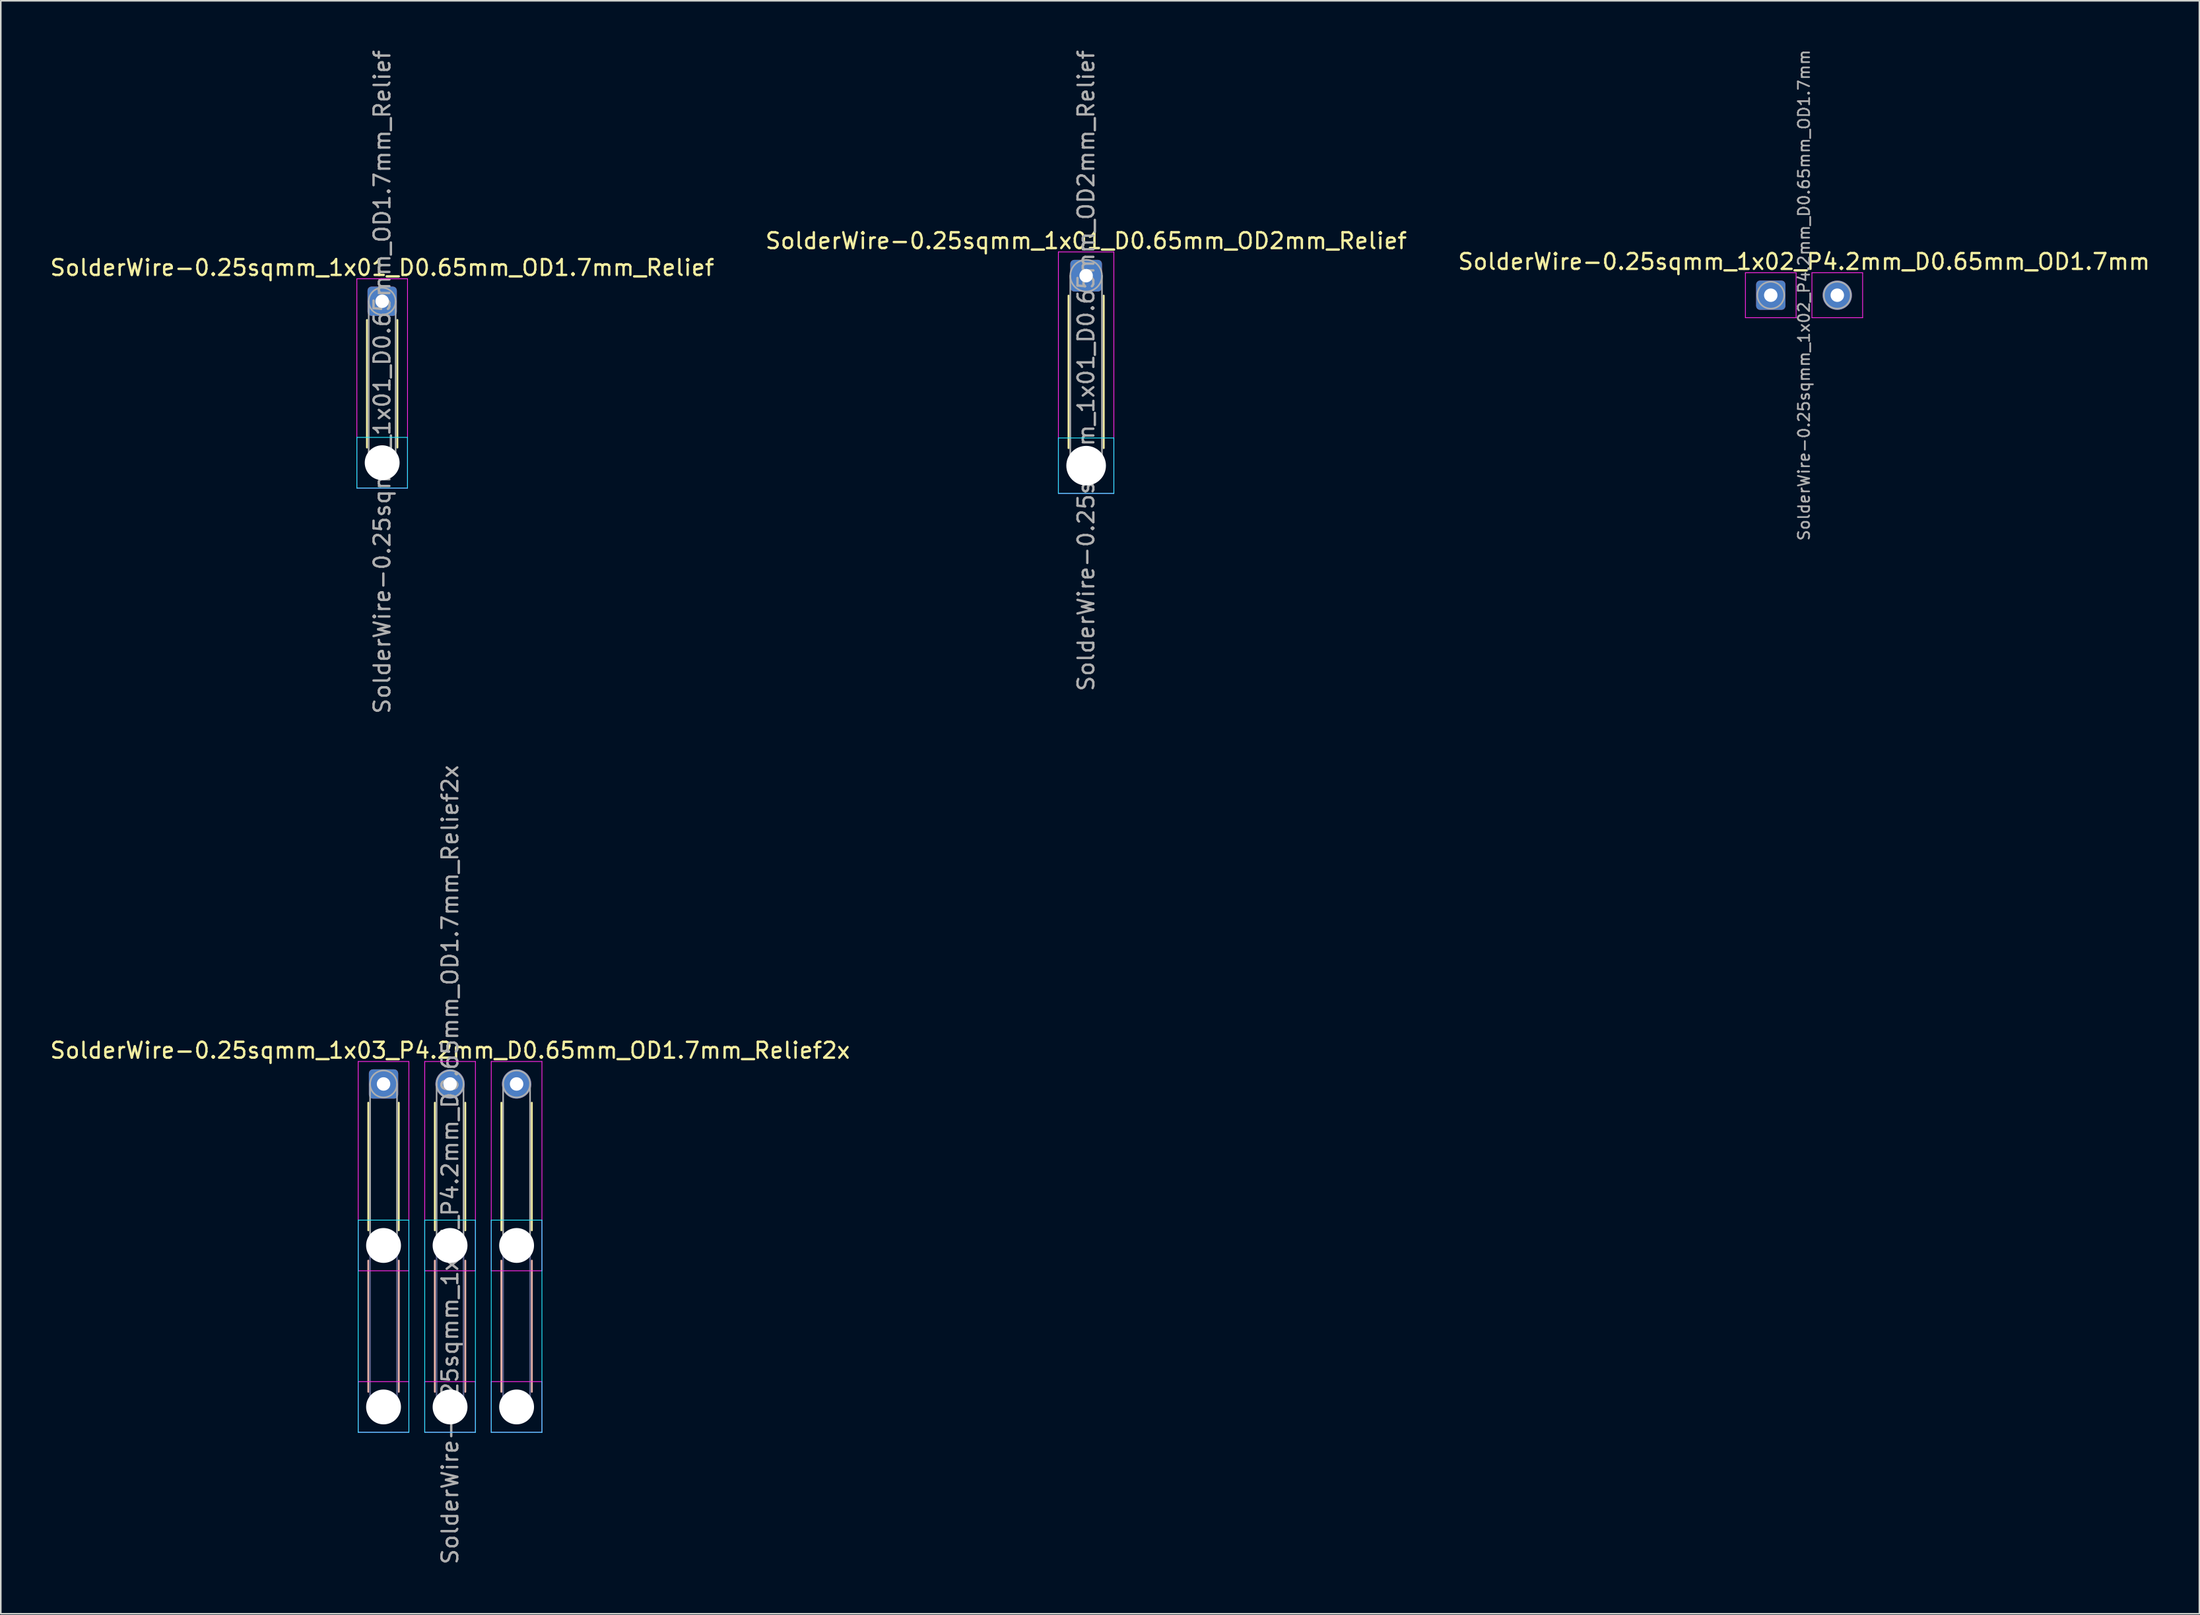
<source format=kicad_pcb>
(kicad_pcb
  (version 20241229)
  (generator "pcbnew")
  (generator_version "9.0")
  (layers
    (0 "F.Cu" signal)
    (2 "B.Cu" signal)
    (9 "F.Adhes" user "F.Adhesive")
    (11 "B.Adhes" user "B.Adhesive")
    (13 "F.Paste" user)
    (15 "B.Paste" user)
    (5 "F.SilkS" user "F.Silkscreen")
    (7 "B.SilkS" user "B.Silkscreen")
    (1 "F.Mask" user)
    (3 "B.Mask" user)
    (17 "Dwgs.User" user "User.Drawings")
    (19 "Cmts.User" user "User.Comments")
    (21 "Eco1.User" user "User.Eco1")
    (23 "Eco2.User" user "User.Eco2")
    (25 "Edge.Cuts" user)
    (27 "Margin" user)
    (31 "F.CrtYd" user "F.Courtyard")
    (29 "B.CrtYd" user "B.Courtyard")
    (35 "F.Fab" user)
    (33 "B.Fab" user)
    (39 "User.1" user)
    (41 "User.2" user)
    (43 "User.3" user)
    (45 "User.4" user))
  (footprint "SolderWire-0.25sqmm_1x02_P4.2mm_D0.65mm_OD1.7mm"
    (layer "F.Cu")
    (at 108.739 15.596)
    (property "Reference" "SolderWire-0.25sqmm_1x02_P4.2mm_D0.65mm_OD1.7mm" (at 2.1 -2.12 0) (layer "F.SilkS") (effects (font (size 1 1) (thickness 0.15))))
    (attr exclude_from_pos_files exclude_from_bom)
    (fp_line (start -1.6 -1.42) (end -1.6 1.42) (stroke (width 0.05) (type solid)) (layer "F.CrtYd"))
    (fp_line (start -1.6 1.42) (end 1.6 1.42) (stroke (width 0.05) (type solid)) (layer "F.CrtYd"))
    (fp_line (start 1.6 -1.42) (end -1.6 -1.42) (stroke (width 0.05) (type solid)) (layer "F.CrtYd"))
    (fp_line (start 1.6 1.42) (end 1.6 -1.42) (stroke (width 0.05) (type solid)) (layer "F.CrtYd"))
    (fp_line (start 2.6 -1.42) (end 2.6 1.42) (stroke (width 0.05) (type solid)) (layer "F.CrtYd"))
    (fp_line (start 2.6 1.42) (end 5.8 1.42) (stroke (width 0.05) (type solid)) (layer "F.CrtYd"))
    (fp_line (start 5.8 -1.42) (end 2.6 -1.42) (stroke (width 0.05) (type solid)) (layer "F.CrtYd"))
    (fp_line (start 5.8 1.42) (end 5.8 -1.42) (stroke (width 0.05) (type solid)) (layer "F.CrtYd"))
    (fp_circle (center 0 0) (end 0.85 0) (stroke (width 0.1) (type solid)) (fill no) (layer "F.Fab"))
    (fp_circle (center 4.2 0) (end 5.05 0) (stroke (width 0.1) (type solid)) (fill no) (layer "F.Fab"))
    (fp_text user "${REFERENCE}" (at 2.1 0 90) (layer "F.Fab") (effects (font (size 0.71 0.71) (thickness 0.11))))
    (pad "1" thru_hole roundrect (at 0 0) (size 1.85 1.85) (drill 0.85) (layers "*.Cu" "*.Mask") (roundrect_rratio 0.135))
    (pad "2" thru_hole circle (at 4.2 0) (size 1.85 1.85) (drill 0.85) (layers "*.Cu" "*.Mask")))
  (footprint "SolderWire-0.25sqmm_1x01_D0.65mm_OD2mm_Relief"
    (layer "F.Cu")
    (at 65.518 14.363)
    (property "Reference" "SolderWire-0.25sqmm_1x01_D0.65mm_OD2mm_Relief" (at 0 -2.2 0) (layer "F.SilkS") (effects (font (size 1 1) (thickness 0.15))))
    (attr exclude_from_pos_files exclude_from_bom)
    (fp_line (start -1.11 1.26) (end -1.11 10.89) (stroke (width 0.12) (type solid)) (layer "F.SilkS"))
    (fp_line (start 1.11 1.26) (end 1.11 10.89) (stroke (width 0.12) (type solid)) (layer "F.SilkS"))
    (fp_line (start -1.75 10.25) (end -1.75 13.75) (stroke (width 0.05) (type solid)) (layer "B.CrtYd"))
    (fp_line (start -1.75 13.75) (end 1.75 13.75) (stroke (width 0.05) (type solid)) (layer "B.CrtYd"))
    (fp_line (start 1.75 10.25) (end -1.75 10.25) (stroke (width 0.05) (type solid)) (layer "B.CrtYd"))
    (fp_line (start 1.75 13.75) (end 1.75 10.25) (stroke (width 0.05) (type solid)) (layer "B.CrtYd"))
    (fp_line (start -1.75 -1.5) (end -1.75 13.75) (stroke (width 0.05) (type solid)) (layer "F.CrtYd"))
    (fp_line (start -1.75 13.75) (end 1.75 13.75) (stroke (width 0.05) (type solid)) (layer "F.CrtYd"))
    (fp_line (start 1.75 -1.5) (end -1.75 -1.5) (stroke (width 0.05) (type solid)) (layer "F.CrtYd"))
    (fp_line (start 1.75 13.75) (end 1.75 -1.5) (stroke (width 0.05) (type solid)) (layer "F.CrtYd"))
    (fp_line (start -1 0) (end -1 12) (stroke (width 0.1) (type solid)) (layer "F.Fab"))
    (fp_line (start 1 0) (end 1 12) (stroke (width 0.1) (type solid)) (layer "F.Fab"))
    (fp_circle (center 0 0) (end 1 0) (stroke (width 0.1) (type solid)) (fill no) (layer "F.Fab"))
    (fp_circle (center 0 12) (end 1 12) (stroke (width 0.1) (type solid)) (fill no) (layer "F.Fab"))
    (fp_text user "${REFERENCE}" (at 0 6 90) (layer "F.Fab") (effects (font (size 1 1) (thickness 0.15))))
    (pad "" np_thru_hole circle (at 0 12) (size 2.5 2.5) (drill 2.5) (layers "*.Cu" "*.Mask"))
    (pad "1" thru_hole roundrect (at 0 0) (size 2 2) (drill 0.85) (layers "*.Cu" "*.Mask") (roundrect_rratio 0.125)))
  (footprint "SolderWire-0.25sqmm_1x01_D0.65mm_OD1.7mm_Relief"
    (layer "F.Cu")
    (at 21.077 15.977)
    (property "Reference" "SolderWire-0.25sqmm_1x01_D0.65mm_OD1.7mm_Relief" (at 0 -2.12 0) (layer "F.SilkS") (effects (font (size 1 1) (thickness 0.15))))
    (attr exclude_from_pos_files exclude_from_bom)
    (fp_line (start -0.96 1.185) (end -0.96 9.24) (stroke (width 0.12) (type solid)) (layer "F.SilkS"))
    (fp_line (start 0.96 1.185) (end 0.96 9.24) (stroke (width 0.12) (type solid)) (layer "F.SilkS"))
    (fp_line (start -1.6 8.6) (end -1.6 11.8) (stroke (width 0.05) (type solid)) (layer "B.CrtYd"))
    (fp_line (start -1.6 11.8) (end 1.6 11.8) (stroke (width 0.05) (type solid)) (layer "B.CrtYd"))
    (fp_line (start 1.6 8.6) (end -1.6 8.6) (stroke (width 0.05) (type solid)) (layer "B.CrtYd"))
    (fp_line (start 1.6 11.8) (end 1.6 8.6) (stroke (width 0.05) (type solid)) (layer "B.CrtYd"))
    (fp_line (start -1.6 -1.42) (end -1.6 11.8) (stroke (width 0.05) (type solid)) (layer "F.CrtYd"))
    (fp_line (start -1.6 11.8) (end 1.6 11.8) (stroke (width 0.05) (type solid)) (layer "F.CrtYd"))
    (fp_line (start 1.6 -1.42) (end -1.6 -1.42) (stroke (width 0.05) (type solid)) (layer "F.CrtYd"))
    (fp_line (start 1.6 11.8) (end 1.6 -1.42) (stroke (width 0.05) (type solid)) (layer "F.CrtYd"))
    (fp_line (start -0.85 0) (end -0.85 10.2) (stroke (width 0.1) (type solid)) (layer "F.Fab"))
    (fp_line (start 0.85 0) (end 0.85 10.2) (stroke (width 0.1) (type solid)) (layer "F.Fab"))
    (fp_circle (center 0 0) (end 0.85 0) (stroke (width 0.1) (type solid)) (fill no) (layer "F.Fab"))
    (fp_circle (center 0 10.2) (end 0.85 10.2) (stroke (width 0.1) (type solid)) (fill no) (layer "F.Fab"))
    (fp_text user "${REFERENCE}" (at 0 5.1 90) (layer "F.Fab") (effects (font (size 1 1) (thickness 0.15))))
    (pad "" np_thru_hole circle (at 0 10.2) (size 2.2 2.2) (drill 2.2) (layers "*.Cu" "*.Mask"))
    (pad "1" thru_hole roundrect (at 0 0) (size 1.85 1.85) (drill 0.85) (layers "*.Cu" "*.Mask") (roundrect_rratio 0.135)))
  (footprint "SolderWire-0.25sqmm_1x03_P4.2mm_D0.65mm_OD1.7mm_Relief2x"
    (layer "F.Cu")
    (at 21.163 65.418)
    (property "Reference" "SolderWire-0.25sqmm_1x03_P4.2mm_D0.65mm_OD1.7mm_Relief2x" (at 4.2 -2.12 0) (layer "F.SilkS") (effects (font (size 1 1) (thickness 0.15))))
    (attr exclude_from_pos_files exclude_from_bom)
    (fp_line (start -0.96 1.185) (end -0.96 9.24) (stroke (width 0.12) (type solid)) (layer "F.SilkS"))
    (fp_line (start 0.96 1.185) (end 0.96 9.24) (stroke (width 0.12) (type solid)) (layer "F.SilkS"))
    (fp_line (start 3.24 1.185) (end 3.24 9.24) (stroke (width 0.12) (type solid)) (layer "F.SilkS"))
    (fp_line (start 5.16 1.185) (end 5.16 9.24) (stroke (width 0.12) (type solid)) (layer "F.SilkS"))
    (fp_line (start 7.44 1.185) (end 7.44 9.24) (stroke (width 0.12) (type solid)) (layer "F.SilkS"))
    (fp_line (start 9.36 1.185) (end 9.36 9.24) (stroke (width 0.12) (type solid)) (layer "F.SilkS"))
    (fp_line (start -0.96 11.16) (end -0.96 19.44) (stroke (width 0.12) (type solid)) (layer "B.SilkS"))
    (fp_line (start 0.96 11.16) (end 0.96 19.44) (stroke (width 0.12) (type solid)) (layer "B.SilkS"))
    (fp_line (start 3.24 11.16) (end 3.24 19.44) (stroke (width 0.12) (type solid)) (layer "B.SilkS"))
    (fp_line (start 5.16 11.16) (end 5.16 19.44) (stroke (width 0.12) (type solid)) (layer "B.SilkS"))
    (fp_line (start 7.44 11.16) (end 7.44 19.44) (stroke (width 0.12) (type solid)) (layer "B.SilkS"))
    (fp_line (start 9.36 11.16) (end 9.36 19.44) (stroke (width 0.12) (type solid)) (layer "B.SilkS"))
    (fp_line (start -1.6 8.6) (end -1.6 22) (stroke (width 0.05) (type solid)) (layer "B.CrtYd"))
    (fp_line (start -1.6 22) (end 1.6 22) (stroke (width 0.05) (type solid)) (layer "B.CrtYd"))
    (fp_line (start 1.6 8.6) (end -1.6 8.6) (stroke (width 0.05) (type solid)) (layer "B.CrtYd"))
    (fp_line (start 1.6 22) (end 1.6 8.6) (stroke (width 0.05) (type solid)) (layer "B.CrtYd"))
    (fp_line (start 2.6 8.6) (end 2.6 22) (stroke (width 0.05) (type solid)) (layer "B.CrtYd"))
    (fp_line (start 2.6 22) (end 5.8 22) (stroke (width 0.05) (type solid)) (layer "B.CrtYd"))
    (fp_line (start 5.8 8.6) (end 2.6 8.6) (stroke (width 0.05) (type solid)) (layer "B.CrtYd"))
    (fp_line (start 5.8 22) (end 5.8 8.6) (stroke (width 0.05) (type solid)) (layer "B.CrtYd"))
    (fp_line (start 6.8 8.6) (end 6.8 22) (stroke (width 0.05) (type solid)) (layer "B.CrtYd"))
    (fp_line (start 6.8 22) (end 10 22) (stroke (width 0.05) (type solid)) (layer "B.CrtYd"))
    (fp_line (start 10 8.6) (end 6.8 8.6) (stroke (width 0.05) (type solid)) (layer "B.CrtYd"))
    (fp_line (start 10 22) (end 10 8.6) (stroke (width 0.05) (type solid)) (layer "B.CrtYd"))
    (fp_line (start -1.6 -1.42) (end -1.6 11.8) (stroke (width 0.05) (type solid)) (layer "F.CrtYd"))
    (fp_line (start -1.6 11.8) (end 1.6 11.8) (stroke (width 0.05) (type solid)) (layer "F.CrtYd"))
    (fp_line (start -1.6 18.8) (end -1.6 22) (stroke (width 0.05) (type solid)) (layer "F.CrtYd"))
    (fp_line (start -1.6 22) (end 1.6 22) (stroke (width 0.05) (type solid)) (layer "F.CrtYd"))
    (fp_line (start 1.6 -1.42) (end -1.6 -1.42) (stroke (width 0.05) (type solid)) (layer "F.CrtYd"))
    (fp_line (start 1.6 11.8) (end 1.6 -1.42) (stroke (width 0.05) (type solid)) (layer "F.CrtYd"))
    (fp_line (start 1.6 18.8) (end -1.6 18.8) (stroke (width 0.05) (type solid)) (layer "F.CrtYd"))
    (fp_line (start 1.6 22) (end 1.6 18.8) (stroke (width 0.05) (type solid)) (layer "F.CrtYd"))
    (fp_line (start 2.6 -1.42) (end 2.6 11.8) (stroke (width 0.05) (type solid)) (layer "F.CrtYd"))
    (fp_line (start 2.6 11.8) (end 5.8 11.8) (stroke (width 0.05) (type solid)) (layer "F.CrtYd"))
    (fp_line (start 2.6 18.8) (end 2.6 22) (stroke (width 0.05) (type solid)) (layer "F.CrtYd"))
    (fp_line (start 2.6 22) (end 5.8 22) (stroke (width 0.05) (type solid)) (layer "F.CrtYd"))
    (fp_line (start 5.8 -1.42) (end 2.6 -1.42) (stroke (width 0.05) (type solid)) (layer "F.CrtYd"))
    (fp_line (start 5.8 11.8) (end 5.8 -1.42) (stroke (width 0.05) (type solid)) (layer "F.CrtYd"))
    (fp_line (start 5.8 18.8) (end 2.6 18.8) (stroke (width 0.05) (type solid)) (layer "F.CrtYd"))
    (fp_line (start 5.8 22) (end 5.8 18.8) (stroke (width 0.05) (type solid)) (layer "F.CrtYd"))
    (fp_line (start 6.8 -1.42) (end 6.8 11.8) (stroke (width 0.05) (type solid)) (layer "F.CrtYd"))
    (fp_line (start 6.8 11.8) (end 10 11.8) (stroke (width 0.05) (type solid)) (layer "F.CrtYd"))
    (fp_line (start 6.8 18.8) (end 6.8 22) (stroke (width 0.05) (type solid)) (layer "F.CrtYd"))
    (fp_line (start 6.8 22) (end 10 22) (stroke (width 0.05) (type solid)) (layer "F.CrtYd"))
    (fp_line (start 10 -1.42) (end 6.8 -1.42) (stroke (width 0.05) (type solid)) (layer "F.CrtYd"))
    (fp_line (start 10 11.8) (end 10 -1.42) (stroke (width 0.05) (type solid)) (layer "F.CrtYd"))
    (fp_line (start 10 18.8) (end 6.8 18.8) (stroke (width 0.05) (type solid)) (layer "F.CrtYd"))
    (fp_line (start 10 22) (end 10 18.8) (stroke (width 0.05) (type solid)) (layer "F.CrtYd"))
    (fp_line (start -0.85 10.2) (end -0.85 20.4) (stroke (width 0.1) (type solid)) (layer "B.Fab"))
    (fp_line (start 0.85 10.2) (end 0.85 20.4) (stroke (width 0.1) (type solid)) (layer "B.Fab"))
    (fp_line (start 3.35 10.2) (end 3.35 20.4) (stroke (width 0.1) (type solid)) (layer "B.Fab"))
    (fp_line (start 5.05 10.2) (end 5.05 20.4) (stroke (width 0.1) (type solid)) (layer "B.Fab"))
    (fp_line (start 7.55 10.2) (end 7.55 20.4) (stroke (width 0.1) (type solid)) (layer "B.Fab"))
    (fp_line (start 9.25 10.2) (end 9.25 20.4) (stroke (width 0.1) (type solid)) (layer "B.Fab"))
    (fp_circle (center 0 10.2) (end 0.85 10.2) (stroke (width 0.1) (type solid)) (fill no) (layer "B.Fab"))
    (fp_circle (center 0 20.4) (end 0.85 20.4) (stroke (width 0.1) (type solid)) (fill no) (layer "B.Fab"))
    (fp_circle (center 4.2 10.2) (end 5.05 10.2) (stroke (width 0.1) (type solid)) (fill no) (layer "B.Fab"))
    (fp_circle (center 4.2 20.4) (end 5.05 20.4) (stroke (width 0.1) (type solid)) (fill no) (layer "B.Fab"))
    (fp_circle (center 8.4 10.2) (end 9.25 10.2) (stroke (width 0.1) (type solid)) (fill no) (layer "B.Fab"))
    (fp_circle (center 8.4 20.4) (end 9.25 20.4) (stroke (width 0.1) (type solid)) (fill no) (layer "B.Fab"))
    (fp_line (start -0.85 0) (end -0.85 10.2) (stroke (width 0.1) (type solid)) (layer "F.Fab"))
    (fp_line (start 0.85 0) (end 0.85 10.2) (stroke (width 0.1) (type solid)) (layer "F.Fab"))
    (fp_line (start 3.35 0) (end 3.35 10.2) (stroke (width 0.1) (type solid)) (layer "F.Fab"))
    (fp_line (start 5.05 0) (end 5.05 10.2) (stroke (width 0.1) (type solid)) (layer "F.Fab"))
    (fp_line (start 7.55 0) (end 7.55 10.2) (stroke (width 0.1) (type solid)) (layer "F.Fab"))
    (fp_line (start 9.25 0) (end 9.25 10.2) (stroke (width 0.1) (type solid)) (layer "F.Fab"))
    (fp_circle (center 0 0) (end 0.85 0) (stroke (width 0.1) (type solid)) (fill no) (layer "F.Fab"))
    (fp_circle (center 0 10.2) (end 0.85 10.2) (stroke (width 0.1) (type solid)) (fill no) (layer "F.Fab"))
    (fp_circle (center 0 20.4) (end 0.85 20.4) (stroke (width 0.1) (type solid)) (fill no) (layer "F.Fab"))
    (fp_circle (center 4.2 0) (end 5.05 0) (stroke (width 0.1) (type solid)) (fill no) (layer "F.Fab"))
    (fp_circle (center 4.2 10.2) (end 5.05 10.2) (stroke (width 0.1) (type solid)) (fill no) (layer "F.Fab"))
    (fp_circle (center 4.2 20.4) (end 5.05 20.4) (stroke (width 0.1) (type solid)) (fill no) (layer "F.Fab"))
    (fp_circle (center 8.4 0) (end 9.25 0) (stroke (width 0.1) (type solid)) (fill no) (layer "F.Fab"))
    (fp_circle (center 8.4 10.2) (end 9.25 10.2) (stroke (width 0.1) (type solid)) (fill no) (layer "F.Fab"))
    (fp_circle (center 8.4 20.4) (end 9.25 20.4) (stroke (width 0.1) (type solid)) (fill no) (layer "F.Fab"))
    (fp_text user "${REFERENCE}" (at 4.2 5.1 90) (layer "F.Fab") (effects (font (size 1 1) (thickness 0.15))))
    (pad "" np_thru_hole circle (at 0 10.2) (size 2.2 2.2) (drill 2.2) (layers "*.Cu" "*.Mask"))
    (pad "" np_thru_hole circle (at 0 20.4) (size 2.2 2.2) (drill 2.2) (layers "*.Cu" "*.Mask"))
    (pad "" np_thru_hole circle (at 4.2 10.2) (size 2.2 2.2) (drill 2.2) (layers "*.Cu" "*.Mask"))
    (pad "" np_thru_hole circle (at 4.2 20.4) (size 2.2 2.2) (drill 2.2) (layers "*.Cu" "*.Mask"))
    (pad "" np_thru_hole circle (at 8.4 10.2) (size 2.2 2.2) (drill 2.2) (layers "*.Cu" "*.Mask"))
    (pad "" np_thru_hole circle (at 8.4 20.4) (size 2.2 2.2) (drill 2.2) (layers "*.Cu" "*.Mask"))
    (pad "1" thru_hole roundrect (at 0 0) (size 1.85 1.85) (drill 0.85) (layers "*.Cu" "*.Mask") (roundrect_rratio 0.135))
    (pad "2" thru_hole circle (at 4.2 0) (size 1.85 1.85) (drill 0.85) (layers "*.Cu" "*.Mask"))
    (pad "3" thru_hole circle (at 8.4 0) (size 1.85 1.85) (drill 0.85) (layers "*.Cu" "*.Mask")))
  (gr_rect
    (start -3 -3)
    (end 135.798 98.881)
    (stroke (width 0.1) (type default))
    (fill no)
    (layer "Edge.Cuts")))
</source>
